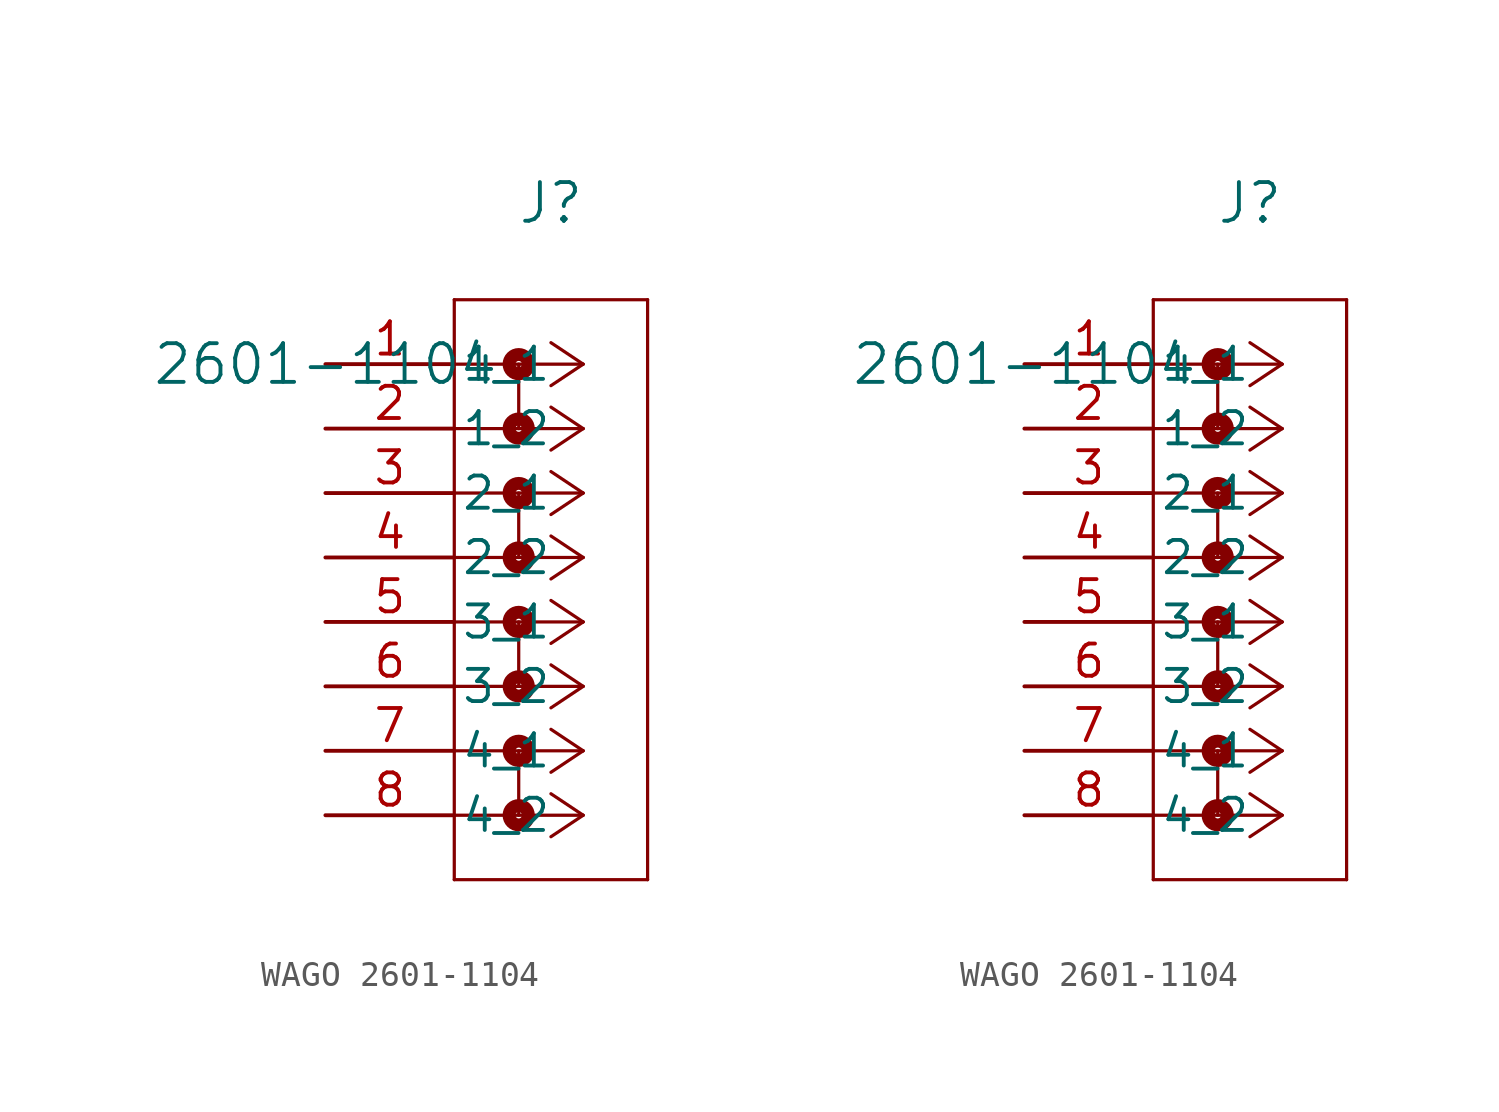
<source format=kicad_sym>
(kicad_symbol_lib
  (version 20241209)
  (generator "kicad_symbol_editor")
  (generator_version "9.0")
  (symbol "WAGO 2601-1104"
    (pin_names
      (offset 0.254))
    (property "Reference" "J"
      (at 8.89 6.35 0)
      (effects (font (size 1.524 1.524))))
    (property "Value" "2601-1104"
      (at 0 0 0)
      (effects (font (size 1.524 1.524))))
    (symbol "WAGO 2601-1104_1_1"
      (polyline (pts (xy 5.08 2.54) (xy 5.08 -20.32)) (stroke (width 0.127) (type default)) (fill (type none)))
      (polyline (pts (xy 5.08 -20.32) (xy 12.7 -20.32)) (stroke (width 0.127) (type default)) (fill (type none)))
      (polyline (pts (xy 7.62 0) (xy 7.62 -2.54)) (stroke (width 0.127) (type default)) (fill (type none)))
      (circle (center 7.62 0) (radius 0.127) (stroke (width 0.508) (type default)) (fill (type none)))
      (circle (center 7.62 -2.54) (radius 0.127) (stroke (width 0.508) (type default)) (fill (type none)))
      (polyline (pts (xy 7.62 -5.08) (xy 7.62 -7.62)) (stroke (width 0.127) (type default)) (fill (type none)))
      (circle (center 7.62 -5.08) (radius 0.127) (stroke (width 0.508) (type default)) (fill (type none)))
      (circle (center 7.62 -7.62) (radius 0.127) (stroke (width 0.508) (type default)) (fill (type none)))
      (polyline (pts (xy 7.62 -10.16) (xy 7.62 -12.7)) (stroke (width 0.127) (type default)) (fill (type none)))
      (circle (center 7.62 -10.16) (radius 0.127) (stroke (width 0.508) (type default)) (fill (type none)))
      (circle (center 7.62 -12.7) (radius 0.127) (stroke (width 0.508) (type default)) (fill (type none)))
      (polyline (pts (xy 7.62 -15.24) (xy 7.62 -17.78)) (stroke (width 0.127) (type default)) (fill (type none)))
      (circle (center 7.62 -15.24) (radius 0.127) (stroke (width 0.508) (type default)) (fill (type none)))
      (circle (center 7.62 -17.78) (radius 0.127) (stroke (width 0.508) (type default)) (fill (type none)))
      (polyline (pts (xy 10.16 0) (xy 5.08 0)) (stroke (width 0.127) (type default)) (fill (type none)))
      (polyline (pts (xy 10.16 0) (xy 8.89 0.847)) (stroke (width 0.127) (type default)) (fill (type none)))
      (polyline (pts (xy 10.16 0) (xy 8.89 -0.847)) (stroke (width 0.127) (type default)) (fill (type none)))
      (polyline (pts (xy 10.16 -2.54) (xy 5.08 -2.54)) (stroke (width 0.127) (type default)) (fill (type none)))
      (polyline (pts (xy 10.16 -2.54) (xy 8.89 -1.693)) (stroke (width 0.127) (type default)) (fill (type none)))
      (polyline (pts (xy 10.16 -2.54) (xy 8.89 -3.387)) (stroke (width 0.127) (type default)) (fill (type none)))
      (polyline (pts (xy 10.16 -5.08) (xy 5.08 -5.08)) (stroke (width 0.127) (type default)) (fill (type none)))
      (polyline (pts (xy 10.16 -5.08) (xy 8.89 -4.233)) (stroke (width 0.127) (type default)) (fill (type none)))
      (polyline (pts (xy 10.16 -5.08) (xy 8.89 -5.927)) (stroke (width 0.127) (type default)) (fill (type none)))
      (polyline (pts (xy 10.16 -7.62) (xy 5.08 -7.62)) (stroke (width 0.127) (type default)) (fill (type none)))
      (polyline (pts (xy 10.16 -7.62) (xy 8.89 -6.773)) (stroke (width 0.127) (type default)) (fill (type none)))
      (polyline (pts (xy 10.16 -7.62) (xy 8.89 -8.467)) (stroke (width 0.127) (type default)) (fill (type none)))
      (polyline (pts (xy 10.16 -10.16) (xy 5.08 -10.16)) (stroke (width 0.127) (type default)) (fill (type none)))
      (polyline (pts (xy 10.16 -10.16) (xy 8.89 -9.313)) (stroke (width 0.127) (type default)) (fill (type none)))
      (polyline (pts (xy 10.16 -10.16) (xy 8.89 -11.007)) (stroke (width 0.127) (type default)) (fill (type none)))
      (polyline (pts (xy 10.16 -12.7) (xy 5.08 -12.7)) (stroke (width 0.127) (type default)) (fill (type none)))
      (polyline (pts (xy 10.16 -12.7) (xy 8.89 -11.853)) (stroke (width 0.127) (type default)) (fill (type none)))
      (polyline (pts (xy 10.16 -12.7) (xy 8.89 -13.547)) (stroke (width 0.127) (type default)) (fill (type none)))
      (polyline (pts (xy 10.16 -15.24) (xy 5.08 -15.24)) (stroke (width 0.127) (type default)) (fill (type none)))
      (polyline (pts (xy 10.16 -15.24) (xy 8.89 -14.393)) (stroke (width 0.127) (type default)) (fill (type none)))
      (polyline (pts (xy 10.16 -15.24) (xy 8.89 -16.087)) (stroke (width 0.127) (type default)) (fill (type none)))
      (polyline (pts (xy 10.16 -17.78) (xy 5.08 -17.78)) (stroke (width 0.127) (type default)) (fill (type none)))
      (polyline (pts (xy 10.16 -17.78) (xy 8.89 -16.933)) (stroke (width 0.127) (type default)) (fill (type none)))
      (polyline (pts (xy 10.16 -17.78) (xy 8.89 -18.627)) (stroke (width 0.127) (type default)) (fill (type none)))
      (polyline (pts (xy 12.7 2.54) (xy 5.08 2.54)) (stroke (width 0.127) (type default)) (fill (type none)))
      (polyline (pts (xy 12.7 -20.32) (xy 12.7 2.54)) (stroke (width 0.127) (type default)) (fill (type none)))
      (pin unspecified line (at 0 0 0) (length 5.08) (name "1_1" (effects (font (size 1.27 1.27)))) (number "1" (effects (font (size 1.27 1.27)))))
      (pin unspecified line (at 0 -2.54 0) (length 5.08) (name "1_2" (effects (font (size 1.27 1.27)))) (number "2" (effects (font (size 1.27 1.27)))))
      (pin unspecified line (at 0 -5.08 0) (length 5.08) (name "2_1" (effects (font (size 1.27 1.27)))) (number "3" (effects (font (size 1.27 1.27)))))
      (pin unspecified line (at 0 -7.62 0) (length 5.08) (name "2_2" (effects (font (size 1.27 1.27)))) (number "4" (effects (font (size 1.27 1.27)))))
      (pin unspecified line (at 0 -10.16 0) (length 5.08) (name "3_1" (effects (font (size 1.27 1.27)))) (number "5" (effects (font (size 1.27 1.27)))))
      (pin unspecified line (at 0 -12.7 0) (length 5.08) (name "3_2" (effects (font (size 1.27 1.27)))) (number "6" (effects (font (size 1.27 1.27)))))
      (pin unspecified line (at 0 -15.24 0) (length 5.08) (name "4_1" (effects (font (size 1.27 1.27)))) (number "7" (effects (font (size 1.27 1.27)))))
      (pin unspecified line (at 0 -17.78 0) (length 5.08) (name "4_2" (effects (font (size 1.27 1.27)))) (number "8" (effects (font (size 1.27 1.27))))))
    (symbol "WAGO 2601-1104_1_2"
      (polyline (pts (xy 5.08 2.54) (xy 5.08 -20.32)) (stroke (width 0.127) (type default)) (fill (type none)))
      (polyline (pts (xy 5.08 -20.32) (xy 12.7 -20.32)) (stroke (width 0.127) (type default)) (fill (type none)))
      (polyline (pts (xy 7.62 0) (xy 7.62 -2.54)) (stroke (width 0.127) (type default)) (fill (type none)))
      (circle (center 7.62 0) (radius 0.127) (stroke (width 0.508) (type default)) (fill (type none)))
      (circle (center 7.62 -2.54) (radius 0.127) (stroke (width 0.508) (type default)) (fill (type none)))
      (polyline (pts (xy 7.62 -5.08) (xy 7.62 -7.62)) (stroke (width 0.127) (type default)) (fill (type none)))
      (circle (center 7.62 -5.08) (radius 0.127) (stroke (width 0.508) (type default)) (fill (type none)))
      (circle (center 7.62 -7.62) (radius 0.127) (stroke (width 0.508) (type default)) (fill (type none)))
      (polyline (pts (xy 7.62 -10.16) (xy 7.62 -12.7)) (stroke (width 0.127) (type default)) (fill (type none)))
      (circle (center 7.62 -10.16) (radius 0.127) (stroke (width 0.508) (type default)) (fill (type none)))
      (circle (center 7.62 -12.7) (radius 0.127) (stroke (width 0.508) (type default)) (fill (type none)))
      (polyline (pts (xy 7.62 -15.24) (xy 7.62 -17.78)) (stroke (width 0.127) (type default)) (fill (type none)))
      (circle (center 7.62 -15.24) (radius 0.127) (stroke (width 0.508) (type default)) (fill (type none)))
      (circle (center 7.62 -17.78) (radius 0.127) (stroke (width 0.508) (type default)) (fill (type none)))
      (polyline (pts (xy 10.16 0) (xy 5.08 0)) (stroke (width 0.127) (type default)) (fill (type none)))
      (polyline (pts (xy 10.16 0) (xy 8.89 0.847)) (stroke (width 0.127) (type default)) (fill (type none)))
      (polyline (pts (xy 10.16 0) (xy 8.89 -0.847)) (stroke (width 0.127) (type default)) (fill (type none)))
      (polyline (pts (xy 10.16 -2.54) (xy 5.08 -2.54)) (stroke (width 0.127) (type default)) (fill (type none)))
      (polyline (pts (xy 10.16 -2.54) (xy 8.89 -1.693)) (stroke (width 0.127) (type default)) (fill (type none)))
      (polyline (pts (xy 10.16 -2.54) (xy 8.89 -3.387)) (stroke (width 0.127) (type default)) (fill (type none)))
      (polyline (pts (xy 10.16 -5.08) (xy 5.08 -5.08)) (stroke (width 0.127) (type default)) (fill (type none)))
      (polyline (pts (xy 10.16 -5.08) (xy 8.89 -4.233)) (stroke (width 0.127) (type default)) (fill (type none)))
      (polyline (pts (xy 10.16 -5.08) (xy 8.89 -5.927)) (stroke (width 0.127) (type default)) (fill (type none)))
      (polyline (pts (xy 10.16 -7.62) (xy 5.08 -7.62)) (stroke (width 0.127) (type default)) (fill (type none)))
      (polyline (pts (xy 10.16 -7.62) (xy 8.89 -6.773)) (stroke (width 0.127) (type default)) (fill (type none)))
      (polyline (pts (xy 10.16 -7.62) (xy 8.89 -8.467)) (stroke (width 0.127) (type default)) (fill (type none)))
      (polyline (pts (xy 10.16 -10.16) (xy 5.08 -10.16)) (stroke (width 0.127) (type default)) (fill (type none)))
      (polyline (pts (xy 10.16 -10.16) (xy 8.89 -9.313)) (stroke (width 0.127) (type default)) (fill (type none)))
      (polyline (pts (xy 10.16 -10.16) (xy 8.89 -11.007)) (stroke (width 0.127) (type default)) (fill (type none)))
      (polyline (pts (xy 10.16 -12.7) (xy 5.08 -12.7)) (stroke (width 0.127) (type default)) (fill (type none)))
      (polyline (pts (xy 10.16 -12.7) (xy 8.89 -11.853)) (stroke (width 0.127) (type default)) (fill (type none)))
      (polyline (pts (xy 10.16 -12.7) (xy 8.89 -13.547)) (stroke (width 0.127) (type default)) (fill (type none)))
      (polyline (pts (xy 10.16 -15.24) (xy 5.08 -15.24)) (stroke (width 0.127) (type default)) (fill (type none)))
      (polyline (pts (xy 10.16 -15.24) (xy 8.89 -14.393)) (stroke (width 0.127) (type default)) (fill (type none)))
      (polyline (pts (xy 10.16 -15.24) (xy 8.89 -16.087)) (stroke (width 0.127) (type default)) (fill (type none)))
      (polyline (pts (xy 10.16 -17.78) (xy 5.08 -17.78)) (stroke (width 0.127) (type default)) (fill (type none)))
      (polyline (pts (xy 10.16 -17.78) (xy 8.89 -16.933)) (stroke (width 0.127) (type default)) (fill (type none)))
      (polyline (pts (xy 10.16 -17.78) (xy 8.89 -18.627)) (stroke (width 0.127) (type default)) (fill (type none)))
      (polyline (pts (xy 12.7 2.54) (xy 5.08 2.54)) (stroke (width 0.127) (type default)) (fill (type none)))
      (polyline (pts (xy 12.7 -20.32) (xy 12.7 2.54)) (stroke (width 0.127) (type default)) (fill (type none)))
      (pin unspecified line (at 0 0 0) (length 5.08) (name "1_1" (effects (font (size 1.27 1.27)))) (number "1" (effects (font (size 1.27 1.27)))))
      (pin unspecified line (at 0 -2.54 0) (length 5.08) (name "1_2" (effects (font (size 1.27 1.27)))) (number "2" (effects (font (size 1.27 1.27)))))
      (pin unspecified line (at 0 -5.08 0) (length 5.08) (name "2_1" (effects (font (size 1.27 1.27)))) (number "3" (effects (font (size 1.27 1.27)))))
      (pin unspecified line (at 0 -7.62 0) (length 5.08) (name "2_2" (effects (font (size 1.27 1.27)))) (number "4" (effects (font (size 1.27 1.27)))))
      (pin unspecified line (at 0 -10.16 0) (length 5.08) (name "3_1" (effects (font (size 1.27 1.27)))) (number "5" (effects (font (size 1.27 1.27)))))
      (pin unspecified line (at 0 -12.7 0) (length 5.08) (name "3_2" (effects (font (size 1.27 1.27)))) (number "6" (effects (font (size 1.27 1.27)))))
      (pin unspecified line (at 0 -15.24 0) (length 5.08) (name "4_1" (effects (font (size 1.27 1.27)))) (number "7" (effects (font (size 1.27 1.27)))))
      (pin unspecified line (at 0 -17.78 0) (length 5.08) (name "4_2" (effects (font (size 1.27 1.27)))) (number "8" (effects (font (size 1.27 1.27))))))))
</source>
